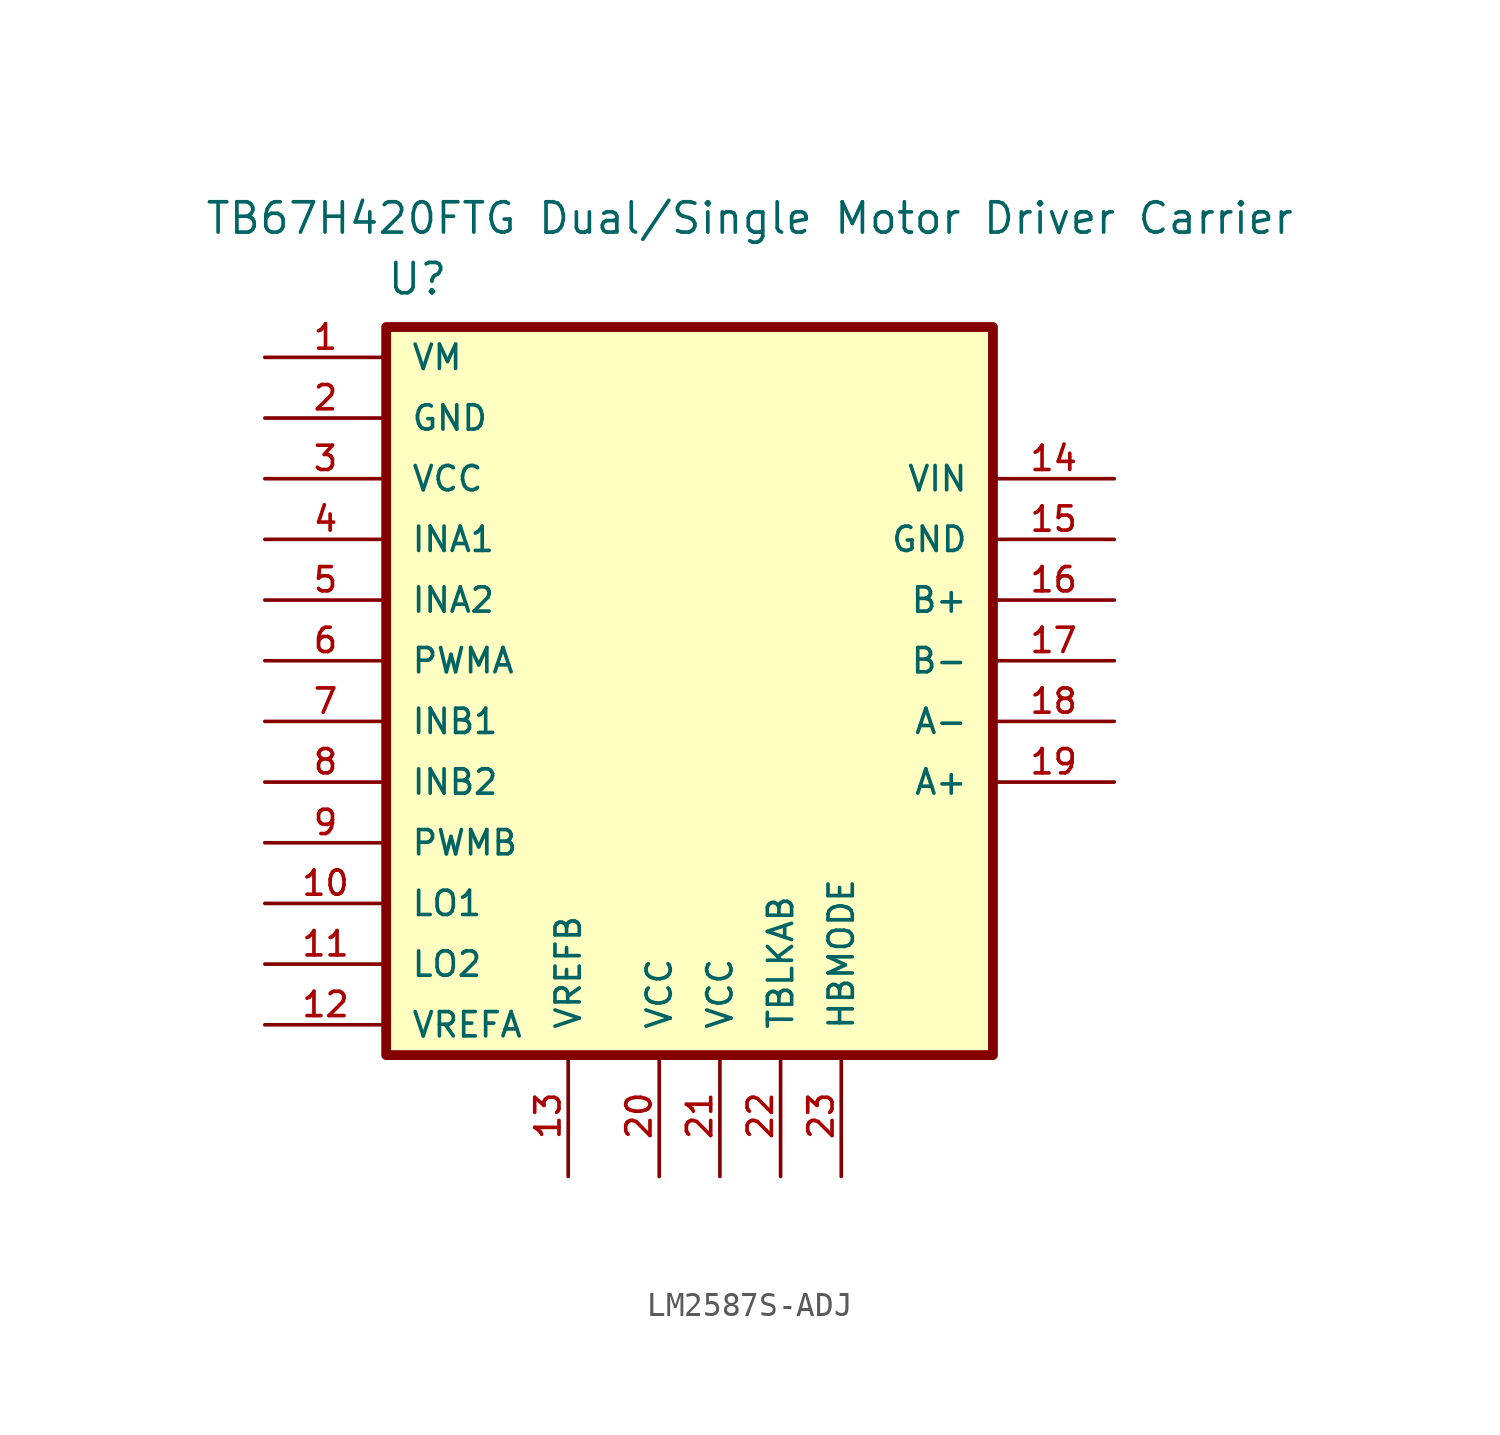
<source format=kicad_sym>
(kicad_symbol_lib
  (version 20220914)
  (generator kicad_symbol_editor)
  (symbol "LM2587S-ADJ"
    (pin_names
      (offset 1.016))
    (property "Reference" "U"
      (at -12.7 10.16 0)
      (effects (font (size 1.27 1.27)) (justify left bottom)))
    (property "Value" "TB67H420FTG Dual/Single Motor Driver Carrier "
      (at -20.32 12.7 0)
      (effects (font (size 1.27 1.27)) (justify left bottom)))
    (symbol "LM2587S-ADJ_0_0"
      (rectangle (start -12.7 8.89) (end 12.7 -21.59) (stroke (width 0.41) (type default)) (fill (type background))))
    (symbol "LM2587S-ADJ_1_0"
      (pin input line (at -17.78 7.62 0) (length 5.08) (name "VM" (effects (font (size 1.016 1.016)))) (number "1" (effects (font (size 1.016 1.016)))))
      (pin input line (at -17.78 -15.24 0) (length 5.08) (name "LO1" (effects (font (size 1.016 1.016)))) (number "10" (effects (font (size 1.016 1.016)))))
      (pin input line (at -17.78 -17.78 0) (length 5.08) (name "LO2" (effects (font (size 1.016 1.016)))) (number "11" (effects (font (size 1.016 1.016)))))
      (pin input line (at -17.78 -20.32 0) (length 5.08) (name "VREFA" (effects (font (size 1.016 1.016)))) (number "12" (effects (font (size 1.016 1.016)))))
      (pin input line (at -5.08 -26.67 90) (length 5.08) (name "VREFB" (effects (font (size 1.016 1.016)))) (number "13" (effects (font (size 1.016 1.016)))))
      (pin input line (at 17.78 2.54 180) (length 5.08) (name "VIN" (effects (font (size 1.016 1.016)))) (number "14" (effects (font (size 1.016 1.016)))))
      (pin input line (at 17.78 0 180) (length 5.08) (name "GND" (effects (font (size 1.016 1.016)))) (number "15" (effects (font (size 1.016 1.016)))))
      (pin input line (at 17.78 -2.54 180) (length 5.08) (name "B+" (effects (font (size 1.016 1.016)))) (number "16" (effects (font (size 1.016 1.016)))))
      (pin input line (at 17.78 -5.08 180) (length 5.08) (name "B-" (effects (font (size 1.016 1.016)))) (number "17" (effects (font (size 1.016 1.016)))))
      (pin input line (at 17.78 -7.62 180) (length 5.08) (name "A-" (effects (font (size 1.016 1.016)))) (number "18" (effects (font (size 1.016 1.016)))))
      (pin input line (at 17.78 -10.16 180) (length 5.08) (name "A+" (effects (font (size 1.016 1.016)))) (number "19" (effects (font (size 1.016 1.016)))))
      (pin input line (at -17.78 5.08 0) (length 5.08) (name "GND" (effects (font (size 1.016 1.016)))) (number "2" (effects (font (size 1.016 1.016)))))
      (pin input line (at -1.27 -26.67 90) (length 5.08) (name "VCC" (effects (font (size 1.016 1.016)))) (number "20" (effects (font (size 1.016 1.016)))))
      (pin input line (at 1.27 -26.67 90) (length 5.08) (name "VCC" (effects (font (size 1.016 1.016)))) (number "21" (effects (font (size 1.016 1.016)))))
      (pin input line (at 3.81 -26.67 90) (length 5.08) (name "TBLKAB" (effects (font (size 1.016 1.016)))) (number "22" (effects (font (size 1.016 1.016)))))
      (pin input line (at 6.35 -26.67 90) (length 5.08) (name "HBMODE" (effects (font (size 1.016 1.016)))) (number "23" (effects (font (size 1.016 1.016)))))
      (pin input line (at -17.78 2.54 0) (length 5.08) (name "VCC" (effects (font (size 1.016 1.016)))) (number "3" (effects (font (size 1.016 1.016)))))
      (pin input line (at -17.78 0 0) (length 5.08) (name "INA1" (effects (font (size 1.016 1.016)))) (number "4" (effects (font (size 1.016 1.016)))))
      (pin input line (at -17.78 -2.54 0) (length 5.08) (name "INA2" (effects (font (size 1.016 1.016)))) (number "5" (effects (font (size 1.016 1.016)))))
      (pin input line (at -17.78 -5.08 0) (length 5.08) (name "PWMA" (effects (font (size 1.016 1.016)))) (number "6" (effects (font (size 1.016 1.016)))))
      (pin input line (at -17.78 -7.62 0) (length 5.08) (name "INB1" (effects (font (size 1.016 1.016)))) (number "7" (effects (font (size 1.016 1.016)))))
      (pin input line (at -17.78 -10.16 0) (length 5.08) (name "INB2" (effects (font (size 1.016 1.016)))) (number "8" (effects (font (size 1.016 1.016)))))
      (pin input line (at -17.78 -12.7 0) (length 5.08) (name "PWMB" (effects (font (size 1.016 1.016)))) (number "9" (effects (font (size 1.016 1.016))))))))
</source>
